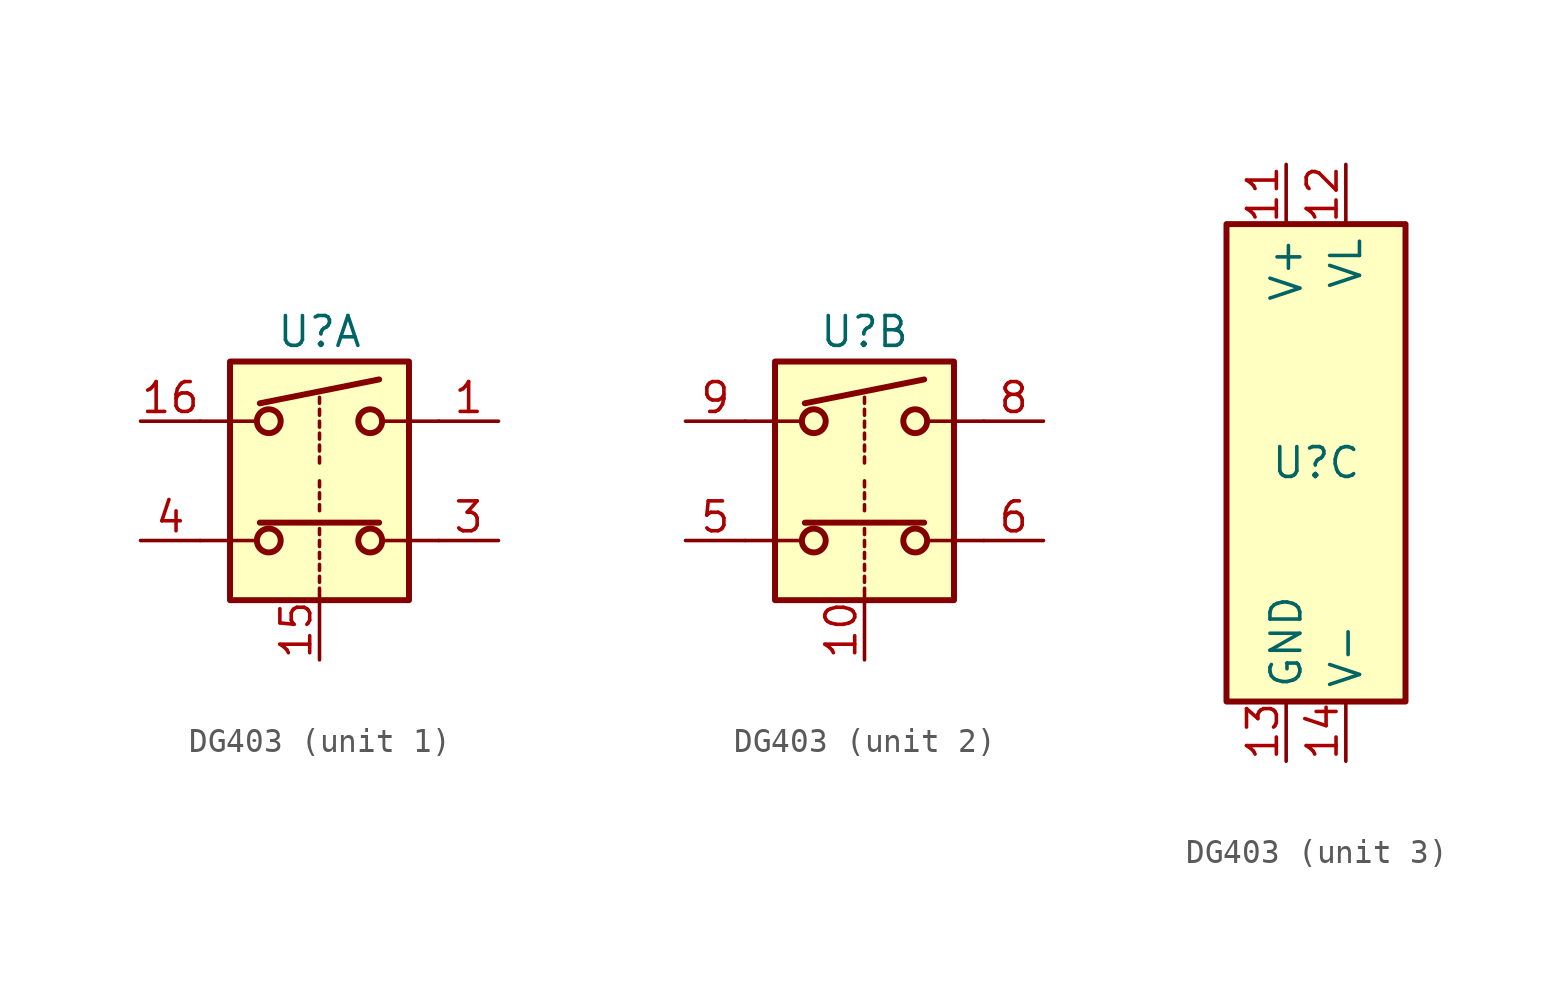
<source format=kicad_sym>
(kicad_symbol_lib
  (version 20220914)
  (generator kicad_symbol_editor)
  (symbol "DG403"
    (property "Reference" "U"
      (at 0 11.43 0)
      (effects (font (size 1.27 1.27))))
    (property "Value" ""
      (at 0 19.05 0)
      (effects (font (size 1.27 1.27))))
    (property "ki_locked" ""
      (at 0 0 0)
      (effects (font (size 1.27 1.27))))
    (symbol "DG403_1_1"
      (rectangle (start -3.81 10.16) (end 3.81 0) (stroke (width 0.254) (type default)) (fill (type background)))
      (circle (center -2.159 2.54) (radius 0.508) (stroke (width 0.254) (type default)) (fill (type none)))
      (circle (center -2.159 7.62) (radius 0.508) (stroke (width 0.254) (type default)) (fill (type none)))
      (polyline (pts (xy -5.08 2.54) (xy -2.794 2.54)) (stroke (width 0) (type default)) (fill (type none)))
      (polyline (pts (xy -5.08 7.62) (xy -2.794 7.62)) (stroke (width 0) (type default)) (fill (type none)))
      (polyline (pts (xy -2.54 3.302) (xy 2.54 3.302)) (stroke (width 0.254) (type default)) (fill (type none)))
      (polyline (pts (xy -2.54 8.382) (xy 2.54 9.398)) (stroke (width 0.254) (type default)) (fill (type none)))
      (polyline (pts (xy 0 0) (xy 0 0.508)) (stroke (width 0) (type default)) (fill (type none)))
      (polyline (pts (xy 0 0.762) (xy 0 1.016)) (stroke (width 0) (type default)) (fill (type none)))
      (polyline (pts (xy 0 1.27) (xy 0 1.524)) (stroke (width 0) (type default)) (fill (type none)))
      (polyline (pts (xy 0 1.778) (xy 0 2.032)) (stroke (width 0) (type default)) (fill (type none)))
      (polyline (pts (xy 0 2.286) (xy 0 2.54)) (stroke (width 0) (type default)) (fill (type none)))
      (polyline (pts (xy 0 2.794) (xy 0 3.048)) (stroke (width 0) (type default)) (fill (type none)))
      (polyline (pts (xy 0 3.81) (xy 0 4.064)) (stroke (width 0) (type default)) (fill (type none)))
      (polyline (pts (xy 0 4.318) (xy 0 4.572)) (stroke (width 0) (type default)) (fill (type none)))
      (polyline (pts (xy 0 4.826) (xy 0 5.08)) (stroke (width 0) (type default)) (fill (type none)))
      (polyline (pts (xy 0 5.842) (xy 0 6.096)) (stroke (width 0) (type default)) (fill (type none)))
      (polyline (pts (xy 0 6.35) (xy 0 6.604)) (stroke (width 0) (type default)) (fill (type none)))
      (polyline (pts (xy 0 6.858) (xy 0 7.112)) (stroke (width 0) (type default)) (fill (type none)))
      (polyline (pts (xy 0 7.366) (xy 0 7.62)) (stroke (width 0) (type default)) (fill (type none)))
      (polyline (pts (xy 0 7.874) (xy 0 8.128)) (stroke (width 0) (type default)) (fill (type none)))
      (polyline (pts (xy 0 8.382) (xy 0 8.636)) (stroke (width 0) (type default)) (fill (type none)))
      (polyline (pts (xy 5.08 2.54) (xy 2.794 2.54)) (stroke (width 0) (type default)) (fill (type none)))
      (polyline (pts (xy 5.08 7.62) (xy 2.794 7.62)) (stroke (width 0) (type default)) (fill (type none)))
      (circle (center 2.159 2.54) (radius 0.508) (stroke (width 0.254) (type default)) (fill (type none)))
      (circle (center 2.159 7.62) (radius 0.508) (stroke (width 0.254) (type default)) (fill (type none)))
      (pin passive line (at 7.62 7.62 180) (length 2.54) (name "~" (effects (font (size 1.27 1.27)))) (number "1" (effects (font (size 1.27 1.27)))))
      (pin input line (at 0 -2.54 90) (length 2.54) (name "~" (effects (font (size 1.27 1.27)))) (number "15" (effects (font (size 1.27 1.27)))))
      (pin passive line (at -7.62 7.62 0) (length 2.54) (name "~" (effects (font (size 1.27 1.27)))) (number "16" (effects (font (size 1.27 1.27)))))
      (pin passive line (at 7.62 2.54 180) (length 2.54) (name "~" (effects (font (size 1.27 1.27)))) (number "3" (effects (font (size 1.27 1.27)))))
      (pin passive line (at -7.62 2.54 0) (length 2.54) (name "~" (effects (font (size 1.27 1.27)))) (number "4" (effects (font (size 1.27 1.27))))))
    (symbol "DG403_2_1"
      (rectangle (start -3.81 10.16) (end 3.81 0) (stroke (width 0.254) (type default)) (fill (type background)))
      (circle (center -2.159 2.54) (radius 0.508) (stroke (width 0.254) (type default)) (fill (type none)))
      (circle (center -2.159 7.62) (radius 0.508) (stroke (width 0.254) (type default)) (fill (type none)))
      (polyline (pts (xy -5.08 2.54) (xy -2.794 2.54)) (stroke (width 0) (type default)) (fill (type none)))
      (polyline (pts (xy -5.08 7.62) (xy -2.794 7.62)) (stroke (width 0) (type default)) (fill (type none)))
      (polyline (pts (xy -2.54 3.302) (xy 2.54 3.302)) (stroke (width 0.254) (type default)) (fill (type none)))
      (polyline (pts (xy -2.54 8.382) (xy 2.54 9.398)) (stroke (width 0.254) (type default)) (fill (type none)))
      (polyline (pts (xy 0 0) (xy 0 0.508)) (stroke (width 0) (type default)) (fill (type none)))
      (polyline (pts (xy 0 0.762) (xy 0 1.016)) (stroke (width 0) (type default)) (fill (type none)))
      (polyline (pts (xy 0 1.27) (xy 0 1.524)) (stroke (width 0) (type default)) (fill (type none)))
      (polyline (pts (xy 0 1.778) (xy 0 2.032)) (stroke (width 0) (type default)) (fill (type none)))
      (polyline (pts (xy 0 2.286) (xy 0 2.54)) (stroke (width 0) (type default)) (fill (type none)))
      (polyline (pts (xy 0 2.794) (xy 0 3.048)) (stroke (width 0) (type default)) (fill (type none)))
      (polyline (pts (xy 0 3.81) (xy 0 4.064)) (stroke (width 0) (type default)) (fill (type none)))
      (polyline (pts (xy 0 4.318) (xy 0 4.572)) (stroke (width 0) (type default)) (fill (type none)))
      (polyline (pts (xy 0 4.826) (xy 0 5.08)) (stroke (width 0) (type default)) (fill (type none)))
      (polyline (pts (xy 0 5.842) (xy 0 6.096)) (stroke (width 0) (type default)) (fill (type none)))
      (polyline (pts (xy 0 6.35) (xy 0 6.604)) (stroke (width 0) (type default)) (fill (type none)))
      (polyline (pts (xy 0 6.858) (xy 0 7.112)) (stroke (width 0) (type default)) (fill (type none)))
      (polyline (pts (xy 0 7.366) (xy 0 7.62)) (stroke (width 0) (type default)) (fill (type none)))
      (polyline (pts (xy 0 7.874) (xy 0 8.128)) (stroke (width 0) (type default)) (fill (type none)))
      (polyline (pts (xy 0 8.382) (xy 0 8.636)) (stroke (width 0) (type default)) (fill (type none)))
      (polyline (pts (xy 5.08 2.54) (xy 2.794 2.54)) (stroke (width 0) (type default)) (fill (type none)))
      (polyline (pts (xy 5.08 7.62) (xy 2.794 7.62)) (stroke (width 0) (type default)) (fill (type none)))
      (circle (center 2.159 2.54) (radius 0.508) (stroke (width 0.254) (type default)) (fill (type none)))
      (circle (center 2.159 7.62) (radius 0.508) (stroke (width 0.254) (type default)) (fill (type none)))
      (pin input line (at 0 -2.54 90) (length 2.54) (name "~" (effects (font (size 1.27 1.27)))) (number "10" (effects (font (size 1.27 1.27)))))
      (pin passive line (at -7.62 2.54 0) (length 2.54) (name "~" (effects (font (size 1.27 1.27)))) (number "5" (effects (font (size 1.27 1.27)))))
      (pin passive line (at 7.62 2.54 180) (length 2.54) (name "~" (effects (font (size 1.27 1.27)))) (number "6" (effects (font (size 1.27 1.27)))))
      (pin passive line (at 7.62 7.62 180) (length 2.54) (name "~" (effects (font (size 1.27 1.27)))) (number "8" (effects (font (size 1.27 1.27)))))
      (pin passive line (at -7.62 7.62 0) (length 2.54) (name "~" (effects (font (size 1.27 1.27)))) (number "9" (effects (font (size 1.27 1.27))))))
    (symbol "DG403_3_0"
      (pin power_in line (at -1.27 24.13 270) (length 2.54) (name "V+" (effects (font (size 1.27 1.27)))) (number "11" (effects (font (size 1.27 1.27)))))
      (pin power_in line (at 1.27 24.13 270) (length 2.54) (name "VL" (effects (font (size 1.27 1.27)))) (number "12" (effects (font (size 1.27 1.27)))))
      (pin power_in line (at -1.27 -1.27 90) (length 2.54) (name "GND" (effects (font (size 1.27 1.27)))) (number "13" (effects (font (size 1.27 1.27)))))
      (pin power_in line (at 1.27 -1.27 90) (length 2.54) (name "V-" (effects (font (size 1.27 1.27)))) (number "14" (effects (font (size 1.27 1.27))))))
    (symbol "DG403_3_1"
      (rectangle (start -3.81 21.59) (end 3.81 1.27) (stroke (width 0.254) (type default)) (fill (type background))))))
</source>
